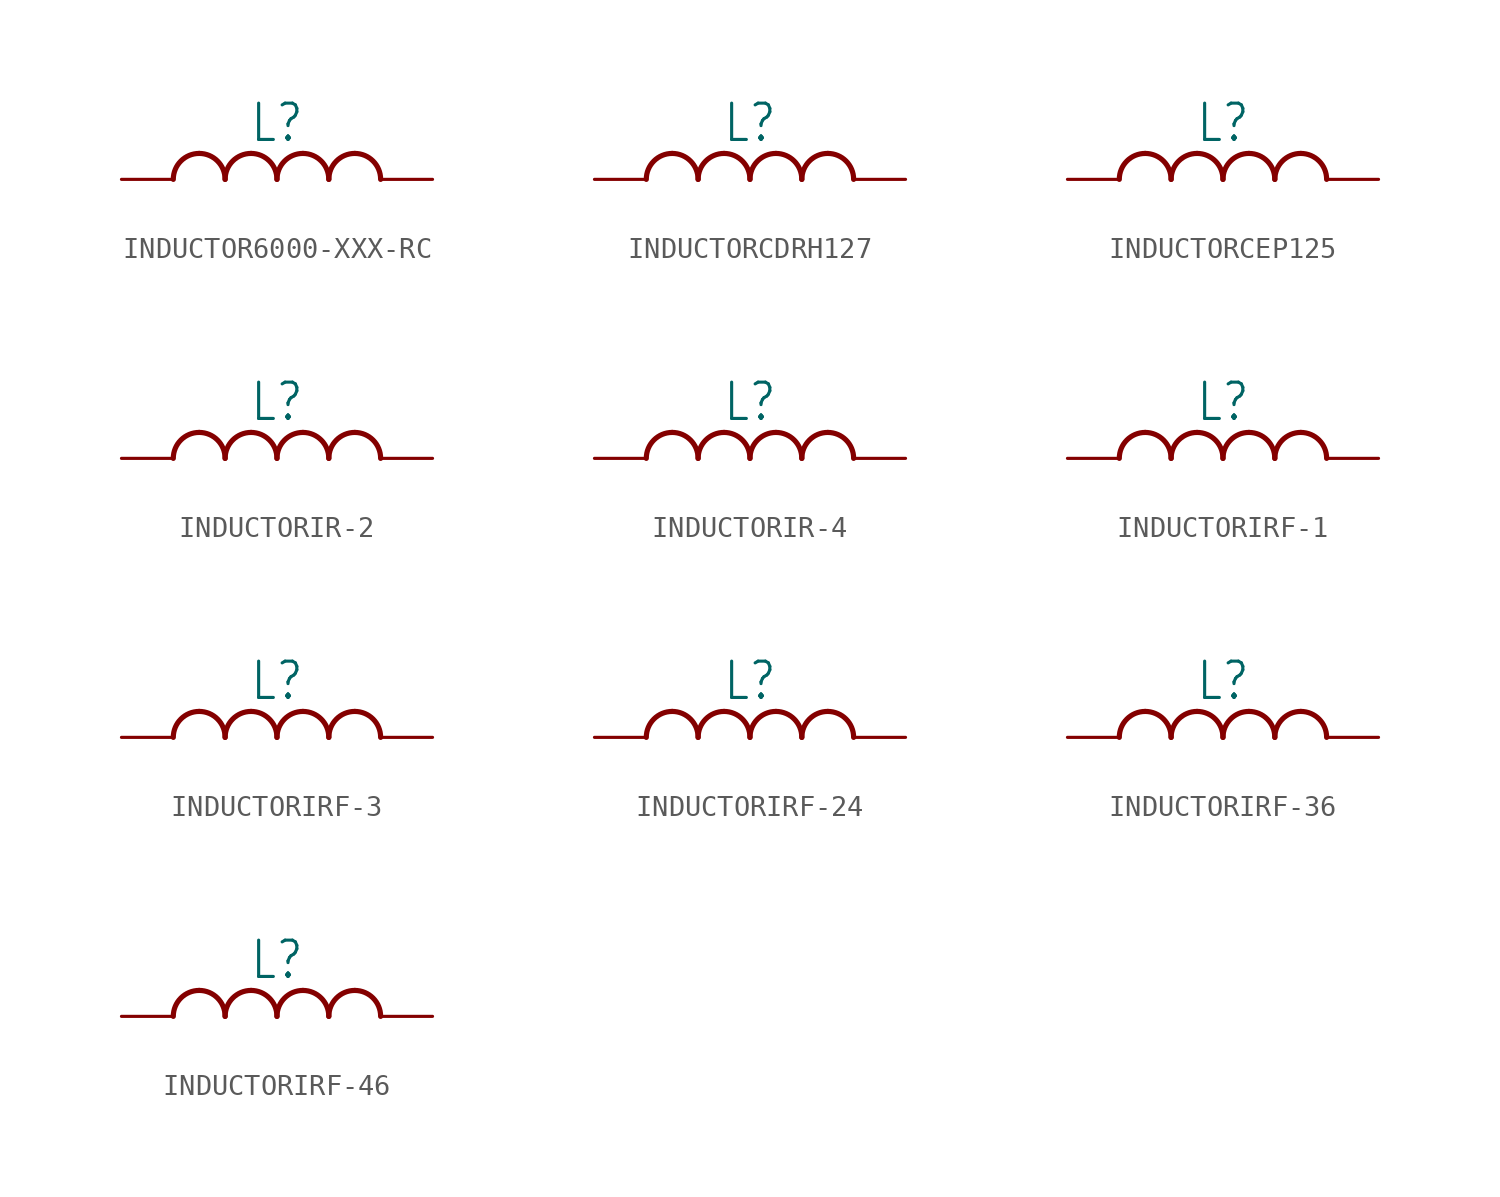
<source format=kicad_sym>
(kicad_symbol_lib
  (version 20220914)
  (generator kicad_symbol_editor)
  (symbol "INDUCTOR6000-XXX-RC"
    (property "Reference" "L"
      (at 0 3.81 0)
      (effects (font (size 1.778 1.511)) (justify top)))
    (property "Value" ""
      (at 0 -1.27 0)
      (effects (font (size 1.778 1.511)) (justify top)))
    (property "ki_locked" ""
      (at 0 0 0)
      (effects (font (size 1.27 1.27))))
    (symbol "INDUCTOR6000-XXX-RC_1_0"
      (arc (start -3.81 1.27) (mid -4.708 0.898) (end -5.08 0) (stroke (width 0.254) (type solid)) (fill (type none)))
      (arc (start -2.54 0) (mid -2.912 0.898) (end -3.81 1.27) (stroke (width 0.254) (type solid)) (fill (type none)))
      (arc (start -1.27 1.27) (mid -2.168 0.898) (end -2.54 0) (stroke (width 0.254) (type solid)) (fill (type none)))
      (arc (start 0 0) (mid -0.372 0.898) (end -1.27 1.27) (stroke (width 0.254) (type solid)) (fill (type none)))
      (arc (start 1.27 1.27) (mid 0.372 0.898) (end 0 0) (stroke (width 0.254) (type solid)) (fill (type none)))
      (arc (start 2.54 0) (mid 2.168 0.898) (end 1.27 1.27) (stroke (width 0.254) (type solid)) (fill (type none)))
      (arc (start 3.81 1.27) (mid 2.912 0.898) (end 2.54 0) (stroke (width 0.254) (type solid)) (fill (type none)))
      (arc (start 5.08 0) (mid 4.708 0.898) (end 3.81 1.27) (stroke (width 0.254) (type solid)) (fill (type none)))
      (pin passive line (at -7.62 0 0) (length 2.54) (name "1" (effects (font (size 0 0)))) (number "1" (effects (font (size 0 0)))))
      (pin passive line (at 7.62 0 180) (length 2.54) (name "2" (effects (font (size 0 0)))) (number "2" (effects (font (size 0 0)))))))
  (symbol "INDUCTORCDRH127"
    (property "Reference" "L"
      (at 0 3.81 0)
      (effects (font (size 1.778 1.511)) (justify top)))
    (property "Value" ""
      (at 0 -1.27 0)
      (effects (font (size 1.778 1.511)) (justify top)))
    (property "ki_locked" ""
      (at 0 0 0)
      (effects (font (size 1.27 1.27))))
    (symbol "INDUCTORCDRH127_1_0"
      (arc (start -3.81 1.27) (mid -4.708 0.898) (end -5.08 0) (stroke (width 0.254) (type solid)) (fill (type none)))
      (arc (start -2.54 0) (mid -2.912 0.898) (end -3.81 1.27) (stroke (width 0.254) (type solid)) (fill (type none)))
      (arc (start -1.27 1.27) (mid -2.168 0.898) (end -2.54 0) (stroke (width 0.254) (type solid)) (fill (type none)))
      (arc (start 0 0) (mid -0.372 0.898) (end -1.27 1.27) (stroke (width 0.254) (type solid)) (fill (type none)))
      (arc (start 1.27 1.27) (mid 0.372 0.898) (end 0 0) (stroke (width 0.254) (type solid)) (fill (type none)))
      (arc (start 2.54 0) (mid 2.168 0.898) (end 1.27 1.27) (stroke (width 0.254) (type solid)) (fill (type none)))
      (arc (start 3.81 1.27) (mid 2.912 0.898) (end 2.54 0) (stroke (width 0.254) (type solid)) (fill (type none)))
      (arc (start 5.08 0) (mid 4.708 0.898) (end 3.81 1.27) (stroke (width 0.254) (type solid)) (fill (type none)))
      (pin passive line (at -7.62 0 0) (length 2.54) (name "1" (effects (font (size 0 0)))) (number "1" (effects (font (size 0 0)))))
      (pin passive line (at 7.62 0 180) (length 2.54) (name "2" (effects (font (size 0 0)))) (number "2" (effects (font (size 0 0)))))))
  (symbol "INDUCTORCEP125"
    (property "Reference" "L"
      (at 0 3.81 0)
      (effects (font (size 1.778 1.511)) (justify top)))
    (property "Value" ""
      (at 0 -1.27 0)
      (effects (font (size 1.778 1.511)) (justify top)))
    (property "ki_locked" ""
      (at 0 0 0)
      (effects (font (size 1.27 1.27))))
    (symbol "INDUCTORCEP125_1_0"
      (arc (start -3.81 1.27) (mid -4.708 0.898) (end -5.08 0) (stroke (width 0.254) (type solid)) (fill (type none)))
      (arc (start -2.54 0) (mid -2.912 0.898) (end -3.81 1.27) (stroke (width 0.254) (type solid)) (fill (type none)))
      (arc (start -1.27 1.27) (mid -2.168 0.898) (end -2.54 0) (stroke (width 0.254) (type solid)) (fill (type none)))
      (arc (start 0 0) (mid -0.372 0.898) (end -1.27 1.27) (stroke (width 0.254) (type solid)) (fill (type none)))
      (arc (start 1.27 1.27) (mid 0.372 0.898) (end 0 0) (stroke (width 0.254) (type solid)) (fill (type none)))
      (arc (start 2.54 0) (mid 2.168 0.898) (end 1.27 1.27) (stroke (width 0.254) (type solid)) (fill (type none)))
      (arc (start 3.81 1.27) (mid 2.912 0.898) (end 2.54 0) (stroke (width 0.254) (type solid)) (fill (type none)))
      (arc (start 5.08 0) (mid 4.708 0.898) (end 3.81 1.27) (stroke (width 0.254) (type solid)) (fill (type none)))
      (pin passive line (at -7.62 0 0) (length 2.54) (name "1" (effects (font (size 0 0)))) (number "1" (effects (font (size 0 0)))))
      (pin passive line (at 7.62 0 180) (length 2.54) (name "2" (effects (font (size 0 0)))) (number "2" (effects (font (size 0 0)))))))
  (symbol "INDUCTORIR-2"
    (property "Reference" "L"
      (at 0 3.81 0)
      (effects (font (size 1.778 1.511)) (justify top)))
    (property "Value" ""
      (at 0 -1.27 0)
      (effects (font (size 1.778 1.511)) (justify top)))
    (property "ki_locked" ""
      (at 0 0 0)
      (effects (font (size 1.27 1.27))))
    (symbol "INDUCTORIR-2_1_0"
      (arc (start -3.81 1.27) (mid -4.708 0.898) (end -5.08 0) (stroke (width 0.254) (type solid)) (fill (type none)))
      (arc (start -2.54 0) (mid -2.912 0.898) (end -3.81 1.27) (stroke (width 0.254) (type solid)) (fill (type none)))
      (arc (start -1.27 1.27) (mid -2.168 0.898) (end -2.54 0) (stroke (width 0.254) (type solid)) (fill (type none)))
      (arc (start 0 0) (mid -0.372 0.898) (end -1.27 1.27) (stroke (width 0.254) (type solid)) (fill (type none)))
      (arc (start 1.27 1.27) (mid 0.372 0.898) (end 0 0) (stroke (width 0.254) (type solid)) (fill (type none)))
      (arc (start 2.54 0) (mid 2.168 0.898) (end 1.27 1.27) (stroke (width 0.254) (type solid)) (fill (type none)))
      (arc (start 3.81 1.27) (mid 2.912 0.898) (end 2.54 0) (stroke (width 0.254) (type solid)) (fill (type none)))
      (arc (start 5.08 0) (mid 4.708 0.898) (end 3.81 1.27) (stroke (width 0.254) (type solid)) (fill (type none)))
      (pin passive line (at -7.62 0 0) (length 2.54) (name "1" (effects (font (size 0 0)))) (number "1" (effects (font (size 0 0)))))
      (pin passive line (at 7.62 0 180) (length 2.54) (name "2" (effects (font (size 0 0)))) (number "2" (effects (font (size 0 0)))))))
  (symbol "INDUCTORIR-4"
    (property "Reference" "L"
      (at 0 3.81 0)
      (effects (font (size 1.778 1.511)) (justify top)))
    (property "Value" ""
      (at 0 -1.27 0)
      (effects (font (size 1.778 1.511)) (justify top)))
    (property "ki_locked" ""
      (at 0 0 0)
      (effects (font (size 1.27 1.27))))
    (symbol "INDUCTORIR-4_1_0"
      (arc (start -3.81 1.27) (mid -4.708 0.898) (end -5.08 0) (stroke (width 0.254) (type solid)) (fill (type none)))
      (arc (start -2.54 0) (mid -2.912 0.898) (end -3.81 1.27) (stroke (width 0.254) (type solid)) (fill (type none)))
      (arc (start -1.27 1.27) (mid -2.168 0.898) (end -2.54 0) (stroke (width 0.254) (type solid)) (fill (type none)))
      (arc (start 0 0) (mid -0.372 0.898) (end -1.27 1.27) (stroke (width 0.254) (type solid)) (fill (type none)))
      (arc (start 1.27 1.27) (mid 0.372 0.898) (end 0 0) (stroke (width 0.254) (type solid)) (fill (type none)))
      (arc (start 2.54 0) (mid 2.168 0.898) (end 1.27 1.27) (stroke (width 0.254) (type solid)) (fill (type none)))
      (arc (start 3.81 1.27) (mid 2.912 0.898) (end 2.54 0) (stroke (width 0.254) (type solid)) (fill (type none)))
      (arc (start 5.08 0) (mid 4.708 0.898) (end 3.81 1.27) (stroke (width 0.254) (type solid)) (fill (type none)))
      (pin passive line (at -7.62 0 0) (length 2.54) (name "1" (effects (font (size 0 0)))) (number "1" (effects (font (size 0 0)))))
      (pin passive line (at 7.62 0 180) (length 2.54) (name "2" (effects (font (size 0 0)))) (number "2" (effects (font (size 0 0)))))))
  (symbol "INDUCTORIRF-1"
    (property "Reference" "L"
      (at 0 3.81 0)
      (effects (font (size 1.778 1.511)) (justify top)))
    (property "Value" ""
      (at 0 -1.27 0)
      (effects (font (size 1.778 1.511)) (justify top)))
    (property "ki_locked" ""
      (at 0 0 0)
      (effects (font (size 1.27 1.27))))
    (symbol "INDUCTORIRF-1_1_0"
      (arc (start -3.81 1.27) (mid -4.708 0.898) (end -5.08 0) (stroke (width 0.254) (type solid)) (fill (type none)))
      (arc (start -2.54 0) (mid -2.912 0.898) (end -3.81 1.27) (stroke (width 0.254) (type solid)) (fill (type none)))
      (arc (start -1.27 1.27) (mid -2.168 0.898) (end -2.54 0) (stroke (width 0.254) (type solid)) (fill (type none)))
      (arc (start 0 0) (mid -0.372 0.898) (end -1.27 1.27) (stroke (width 0.254) (type solid)) (fill (type none)))
      (arc (start 1.27 1.27) (mid 0.372 0.898) (end 0 0) (stroke (width 0.254) (type solid)) (fill (type none)))
      (arc (start 2.54 0) (mid 2.168 0.898) (end 1.27 1.27) (stroke (width 0.254) (type solid)) (fill (type none)))
      (arc (start 3.81 1.27) (mid 2.912 0.898) (end 2.54 0) (stroke (width 0.254) (type solid)) (fill (type none)))
      (arc (start 5.08 0) (mid 4.708 0.898) (end 3.81 1.27) (stroke (width 0.254) (type solid)) (fill (type none)))
      (pin passive line (at -7.62 0 0) (length 2.54) (name "1" (effects (font (size 0 0)))) (number "1" (effects (font (size 0 0)))))
      (pin passive line (at 7.62 0 180) (length 2.54) (name "2" (effects (font (size 0 0)))) (number "2" (effects (font (size 0 0)))))))
  (symbol "INDUCTORIRF-3"
    (property "Reference" "L"
      (at 0 3.81 0)
      (effects (font (size 1.778 1.511)) (justify top)))
    (property "Value" ""
      (at 0 -1.27 0)
      (effects (font (size 1.778 1.511)) (justify top)))
    (property "ki_locked" ""
      (at 0 0 0)
      (effects (font (size 1.27 1.27))))
    (symbol "INDUCTORIRF-3_1_0"
      (arc (start -3.81 1.27) (mid -4.708 0.898) (end -5.08 0) (stroke (width 0.254) (type solid)) (fill (type none)))
      (arc (start -2.54 0) (mid -2.912 0.898) (end -3.81 1.27) (stroke (width 0.254) (type solid)) (fill (type none)))
      (arc (start -1.27 1.27) (mid -2.168 0.898) (end -2.54 0) (stroke (width 0.254) (type solid)) (fill (type none)))
      (arc (start 0 0) (mid -0.372 0.898) (end -1.27 1.27) (stroke (width 0.254) (type solid)) (fill (type none)))
      (arc (start 1.27 1.27) (mid 0.372 0.898) (end 0 0) (stroke (width 0.254) (type solid)) (fill (type none)))
      (arc (start 2.54 0) (mid 2.168 0.898) (end 1.27 1.27) (stroke (width 0.254) (type solid)) (fill (type none)))
      (arc (start 3.81 1.27) (mid 2.912 0.898) (end 2.54 0) (stroke (width 0.254) (type solid)) (fill (type none)))
      (arc (start 5.08 0) (mid 4.708 0.898) (end 3.81 1.27) (stroke (width 0.254) (type solid)) (fill (type none)))
      (pin passive line (at -7.62 0 0) (length 2.54) (name "1" (effects (font (size 0 0)))) (number "1" (effects (font (size 0 0)))))
      (pin passive line (at 7.62 0 180) (length 2.54) (name "2" (effects (font (size 0 0)))) (number "2" (effects (font (size 0 0)))))))
  (symbol "INDUCTORIRF-24"
    (property "Reference" "L"
      (at 0 3.81 0)
      (effects (font (size 1.778 1.511)) (justify top)))
    (property "Value" ""
      (at 0 -1.27 0)
      (effects (font (size 1.778 1.511)) (justify top)))
    (property "ki_locked" ""
      (at 0 0 0)
      (effects (font (size 1.27 1.27))))
    (symbol "INDUCTORIRF-24_1_0"
      (arc (start -3.81 1.27) (mid -4.708 0.898) (end -5.08 0) (stroke (width 0.254) (type solid)) (fill (type none)))
      (arc (start -2.54 0) (mid -2.912 0.898) (end -3.81 1.27) (stroke (width 0.254) (type solid)) (fill (type none)))
      (arc (start -1.27 1.27) (mid -2.168 0.898) (end -2.54 0) (stroke (width 0.254) (type solid)) (fill (type none)))
      (arc (start 0 0) (mid -0.372 0.898) (end -1.27 1.27) (stroke (width 0.254) (type solid)) (fill (type none)))
      (arc (start 1.27 1.27) (mid 0.372 0.898) (end 0 0) (stroke (width 0.254) (type solid)) (fill (type none)))
      (arc (start 2.54 0) (mid 2.168 0.898) (end 1.27 1.27) (stroke (width 0.254) (type solid)) (fill (type none)))
      (arc (start 3.81 1.27) (mid 2.912 0.898) (end 2.54 0) (stroke (width 0.254) (type solid)) (fill (type none)))
      (arc (start 5.08 0) (mid 4.708 0.898) (end 3.81 1.27) (stroke (width 0.254) (type solid)) (fill (type none)))
      (pin passive line (at -7.62 0 0) (length 2.54) (name "1" (effects (font (size 0 0)))) (number "1" (effects (font (size 0 0)))))
      (pin passive line (at 7.62 0 180) (length 2.54) (name "2" (effects (font (size 0 0)))) (number "2" (effects (font (size 0 0)))))))
  (symbol "INDUCTORIRF-36"
    (property "Reference" "L"
      (at 0 3.81 0)
      (effects (font (size 1.778 1.511)) (justify top)))
    (property "Value" ""
      (at 0 -1.27 0)
      (effects (font (size 1.778 1.511)) (justify top)))
    (property "ki_locked" ""
      (at 0 0 0)
      (effects (font (size 1.27 1.27))))
    (symbol "INDUCTORIRF-36_1_0"
      (arc (start -3.81 1.27) (mid -4.708 0.898) (end -5.08 0) (stroke (width 0.254) (type solid)) (fill (type none)))
      (arc (start -2.54 0) (mid -2.912 0.898) (end -3.81 1.27) (stroke (width 0.254) (type solid)) (fill (type none)))
      (arc (start -1.27 1.27) (mid -2.168 0.898) (end -2.54 0) (stroke (width 0.254) (type solid)) (fill (type none)))
      (arc (start 0 0) (mid -0.372 0.898) (end -1.27 1.27) (stroke (width 0.254) (type solid)) (fill (type none)))
      (arc (start 1.27 1.27) (mid 0.372 0.898) (end 0 0) (stroke (width 0.254) (type solid)) (fill (type none)))
      (arc (start 2.54 0) (mid 2.168 0.898) (end 1.27 1.27) (stroke (width 0.254) (type solid)) (fill (type none)))
      (arc (start 3.81 1.27) (mid 2.912 0.898) (end 2.54 0) (stroke (width 0.254) (type solid)) (fill (type none)))
      (arc (start 5.08 0) (mid 4.708 0.898) (end 3.81 1.27) (stroke (width 0.254) (type solid)) (fill (type none)))
      (pin passive line (at -7.62 0 0) (length 2.54) (name "1" (effects (font (size 0 0)))) (number "1" (effects (font (size 0 0)))))
      (pin passive line (at 7.62 0 180) (length 2.54) (name "2" (effects (font (size 0 0)))) (number "2" (effects (font (size 0 0)))))))
  (symbol "INDUCTORIRF-46"
    (property "Reference" "L"
      (at 0 3.81 0)
      (effects (font (size 1.778 1.511)) (justify top)))
    (property "Value" ""
      (at 0 -1.27 0)
      (effects (font (size 1.778 1.511)) (justify top)))
    (property "ki_locked" ""
      (at 0 0 0)
      (effects (font (size 1.27 1.27))))
    (symbol "INDUCTORIRF-46_1_0"
      (arc (start -3.81 1.27) (mid -4.708 0.898) (end -5.08 0) (stroke (width 0.254) (type solid)) (fill (type none)))
      (arc (start -2.54 0) (mid -2.912 0.898) (end -3.81 1.27) (stroke (width 0.254) (type solid)) (fill (type none)))
      (arc (start -1.27 1.27) (mid -2.168 0.898) (end -2.54 0) (stroke (width 0.254) (type solid)) (fill (type none)))
      (arc (start 0 0) (mid -0.372 0.898) (end -1.27 1.27) (stroke (width 0.254) (type solid)) (fill (type none)))
      (arc (start 1.27 1.27) (mid 0.372 0.898) (end 0 0) (stroke (width 0.254) (type solid)) (fill (type none)))
      (arc (start 2.54 0) (mid 2.168 0.898) (end 1.27 1.27) (stroke (width 0.254) (type solid)) (fill (type none)))
      (arc (start 3.81 1.27) (mid 2.912 0.898) (end 2.54 0) (stroke (width 0.254) (type solid)) (fill (type none)))
      (arc (start 5.08 0) (mid 4.708 0.898) (end 3.81 1.27) (stroke (width 0.254) (type solid)) (fill (type none)))
      (pin passive line (at -7.62 0 0) (length 2.54) (name "1" (effects (font (size 0 0)))) (number "1" (effects (font (size 0 0)))))
      (pin passive line (at 7.62 0 180) (length 2.54) (name "2" (effects (font (size 0 0)))) (number "2" (effects (font (size 0 0))))))))
</source>
